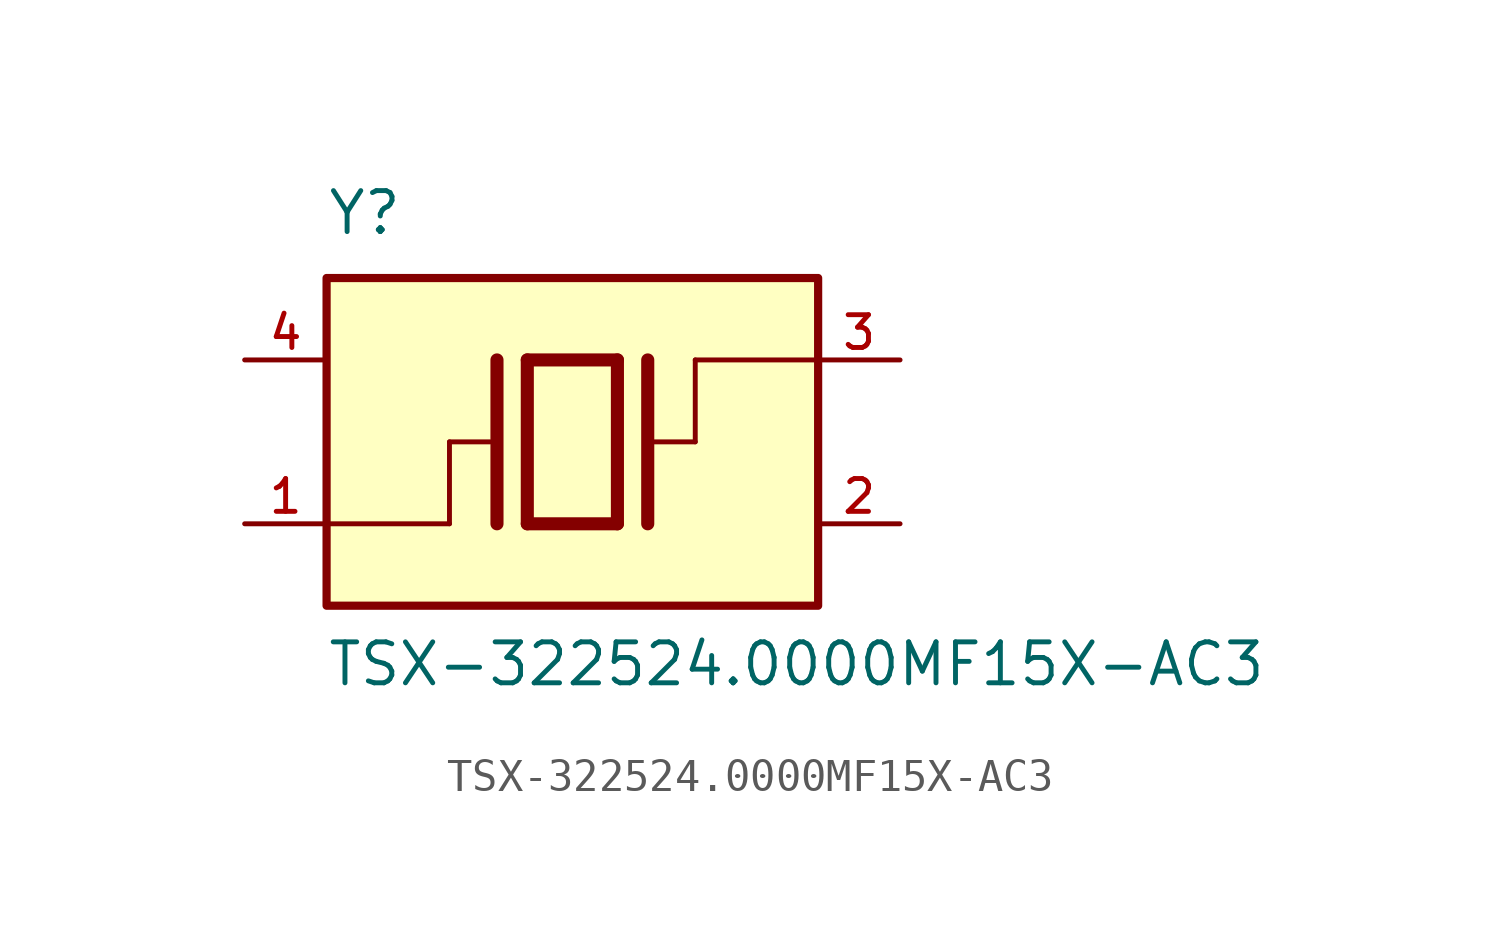
<source format=kicad_sym>
(kicad_symbol_lib
  (version 20211014)
  (generator kicad_symbol_editor)
  (symbol "TSX-322524.0000MF15X-AC3"
    (pin_names
      (offset 1.016))
    (property "Reference" "Y"
      (at -7.628 6.356 0)
      (effects (font (size 1.27 1.27)) (justify bottom left)))
    (property "Value" "TSX-322524.0000MF15X-AC3"
      (at -7.634 -7.634 0)
      (effects (font (size 1.27 1.27)) (justify bottom left)))
    (symbol "TSX-322524.0000MF15X-AC3_0_0"
      (polyline (pts (xy -1.397 2.54) (xy 1.397 2.54)) (stroke (width 0.406)))
      (polyline (pts (xy 1.397 2.54) (xy 1.397 -2.54)) (stroke (width 0.406)))
      (polyline (pts (xy 1.397 -2.54) (xy -1.397 -2.54)) (stroke (width 0.406)))
      (polyline (pts (xy -1.397 2.54) (xy -1.397 -2.54)) (stroke (width 0.406)))
      (polyline (pts (xy 2.337 2.54) (xy 2.337 -2.54)) (stroke (width 0.406)))
      (polyline (pts (xy -2.337 2.54) (xy -2.337 -2.54)) (stroke (width 0.406)))
      (polyline (pts (xy -2.54 0.0) (xy -3.81 0.0)) (stroke (width 0.152)))
      (polyline (pts (xy -3.81 0.0) (xy -3.81 -2.54)) (stroke (width 0.152)))
      (polyline (pts (xy -3.81 -2.54) (xy -7.62 -2.54)) (stroke (width 0.152)))
      (polyline (pts (xy 2.54 0.0) (xy 3.81 0.0)) (stroke (width 0.152)))
      (polyline (pts (xy 3.81 0.0) (xy 3.81 2.54)) (stroke (width 0.152)))
      (polyline (pts (xy 3.81 2.54) (xy 7.62 2.54)) (stroke (width 0.152)))
      (rectangle (start -7.62 -5.08) (end 7.62 5.08) (stroke (width 0.254)) (fill (type background)))
      (pin passive line (at 10.16 -2.54 180.0) (length 2.54) (name "~" (effects (font (size 1.016 1.016)))) (number "2" (effects (font (size 1.016 1.016)))))
      (pin passive line (at -10.16 -2.54 0) (length 2.54) (name "~" (effects (font (size 1.016 1.016)))) (number "1" (effects (font (size 1.016 1.016)))))
      (pin passive line (at 10.16 2.54 180.0) (length 2.54) (name "~" (effects (font (size 1.016 1.016)))) (number "3" (effects (font (size 1.016 1.016)))))
      (pin passive line (at -10.16 2.54 0) (length 2.54) (name "~" (effects (font (size 1.016 1.016)))) (number "4" (effects (font (size 1.016 1.016))))))))
</source>
